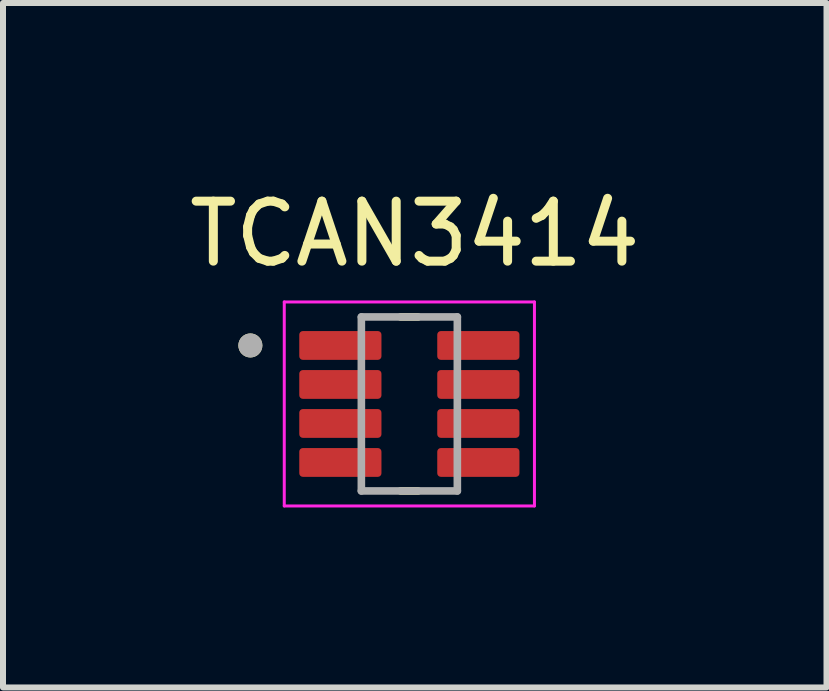
<source format=kicad_pcb>
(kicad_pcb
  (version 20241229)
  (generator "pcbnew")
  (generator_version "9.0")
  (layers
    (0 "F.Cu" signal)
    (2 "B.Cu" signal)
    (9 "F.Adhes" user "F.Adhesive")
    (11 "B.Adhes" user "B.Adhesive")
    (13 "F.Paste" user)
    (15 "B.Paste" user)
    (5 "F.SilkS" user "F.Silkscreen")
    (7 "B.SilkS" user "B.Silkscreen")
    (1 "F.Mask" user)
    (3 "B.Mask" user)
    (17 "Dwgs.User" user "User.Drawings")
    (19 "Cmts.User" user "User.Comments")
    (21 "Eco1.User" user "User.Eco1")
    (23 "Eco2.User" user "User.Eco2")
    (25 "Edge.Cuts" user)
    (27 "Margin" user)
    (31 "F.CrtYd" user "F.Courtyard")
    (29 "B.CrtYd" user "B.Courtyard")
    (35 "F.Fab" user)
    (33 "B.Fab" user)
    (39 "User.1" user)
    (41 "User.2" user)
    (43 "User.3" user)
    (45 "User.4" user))
  (footprint "TCAN3414"
    (layer "F.Cu")
    (at 3.773 3.683)
    (property "Reference" "TCAN3414" (at 0.09 -2.835 0) (layer "F.SilkS") (effects (font (size 1 1) (thickness 0.15))))
    (attr smd)
    (fp_poly (pts (xy -0.52 -0.665) (xy -1.78 -0.665) (xy -1.787 -0.665) (xy -1.793 -0.666) (xy -1.8 -0.667) (xy -1.806 -0.668) (xy -1.812 -0.669) (xy -1.819 -0.671) (xy -1.825 -0.673) (xy -1.831 -0.676) (xy -1.837 -0.679) (xy -1.843 -0.682) (xy -1.848 -0.685) (xy -1.853 -0.689) (xy -1.859 -0.693) (xy -1.864 -0.697) (xy -1.868 -0.702) (xy -1.873 -0.706) (xy -1.877 -0.711) (xy -1.881 -0.717) (xy -1.885 -0.722) (xy -1.888 -0.728) (xy -1.891 -0.733) (xy -1.894 -0.739) (xy -1.897 -0.745) (xy -1.899 -0.751) (xy -1.901 -0.758) (xy -1.902 -0.764) (xy -1.903 -0.77) (xy -1.904 -0.777) (xy -1.905 -0.783) (xy -1.905 -0.79) (xy -1.905 -1.16) (xy -1.905 -1.167) (xy -1.904 -1.173) (xy -1.903 -1.18) (xy -1.902 -1.186) (xy -1.901 -1.192) (xy -1.899 -1.199) (xy -1.897 -1.205) (xy -1.894 -1.211) (xy -1.891 -1.217) (xy -1.888 -1.222) (xy -1.885 -1.228) (xy -1.881 -1.233) (xy -1.877 -1.239) (xy -1.873 -1.244) (xy -1.868 -1.248) (xy -1.864 -1.253) (xy -1.859 -1.257) (xy -1.853 -1.261) (xy -1.848 -1.265) (xy -1.843 -1.268) (xy -1.837 -1.271) (xy -1.831 -1.274) (xy -1.825 -1.277) (xy -1.819 -1.279) (xy -1.812 -1.281) (xy -1.806 -1.282) (xy -1.8 -1.283) (xy -1.793 -1.284) (xy -1.787 -1.285) (xy -1.78 -1.285) (xy -0.52 -1.285) (xy -0.513 -1.285) (xy -0.507 -1.284) (xy -0.5 -1.283) (xy -0.494 -1.282) (xy -0.488 -1.281) (xy -0.481 -1.279) (xy -0.475 -1.277) (xy -0.469 -1.274) (xy -0.463 -1.271) (xy -0.458 -1.268) (xy -0.452 -1.265) (xy -0.447 -1.261) (xy -0.441 -1.257) (xy -0.436 -1.253) (xy -0.432 -1.248) (xy -0.427 -1.244) (xy -0.423 -1.239) (xy -0.419 -1.233) (xy -0.415 -1.228) (xy -0.412 -1.222) (xy -0.409 -1.217) (xy -0.406 -1.211) (xy -0.403 -1.205) (xy -0.401 -1.199) (xy -0.399 -1.192) (xy -0.398 -1.186) (xy -0.397 -1.18) (xy -0.396 -1.173) (xy -0.395 -1.167) (xy -0.395 -1.16) (xy -0.395 -0.79) (xy -0.395 -0.783) (xy -0.396 -0.777) (xy -0.397 -0.77) (xy -0.398 -0.764) (xy -0.399 -0.758) (xy -0.401 -0.751) (xy -0.403 -0.745) (xy -0.406 -0.739) (xy -0.409 -0.733) (xy -0.412 -0.728) (xy -0.415 -0.722) (xy -0.419 -0.717) (xy -0.423 -0.711) (xy -0.427 -0.706) (xy -0.432 -0.702) (xy -0.436 -0.697) (xy -0.441 -0.693) (xy -0.447 -0.689) (xy -0.452 -0.685) (xy -0.458 -0.682) (xy -0.463 -0.679) (xy -0.469 -0.676) (xy -0.475 -0.673) (xy -0.481 -0.671) (xy -0.488 -0.669) (xy -0.494 -0.668) (xy -0.5 -0.667) (xy -0.507 -0.666) (xy -0.513 -0.665) (xy -0.52 -0.665)) (stroke (width 0.01) (type solid)) (fill yes) (layer "F.Mask"))
    (fp_poly (pts (xy -0.52 -0.015) (xy -1.78 -0.015) (xy -1.787 -0.015) (xy -1.793 -0.016) (xy -1.8 -0.017) (xy -1.806 -0.018) (xy -1.812 -0.019) (xy -1.819 -0.021) (xy -1.825 -0.023) (xy -1.831 -0.026) (xy -1.837 -0.029) (xy -1.843 -0.032) (xy -1.848 -0.035) (xy -1.853 -0.039) (xy -1.859 -0.043) (xy -1.864 -0.047) (xy -1.868 -0.052) (xy -1.873 -0.056) (xy -1.877 -0.061) (xy -1.881 -0.067) (xy -1.885 -0.072) (xy -1.888 -0.077) (xy -1.891 -0.083) (xy -1.894 -0.089) (xy -1.897 -0.095) (xy -1.899 -0.101) (xy -1.901 -0.108) (xy -1.902 -0.114) (xy -1.903 -0.12) (xy -1.904 -0.127) (xy -1.905 -0.133) (xy -1.905 -0.14) (xy -1.905 -0.51) (xy -1.905 -0.517) (xy -1.904 -0.523) (xy -1.903 -0.53) (xy -1.902 -0.536) (xy -1.901 -0.542) (xy -1.899 -0.549) (xy -1.897 -0.555) (xy -1.894 -0.561) (xy -1.891 -0.567) (xy -1.888 -0.573) (xy -1.885 -0.578) (xy -1.881 -0.583) (xy -1.877 -0.589) (xy -1.873 -0.594) (xy -1.868 -0.598) (xy -1.864 -0.603) (xy -1.859 -0.607) (xy -1.853 -0.611) (xy -1.848 -0.615) (xy -1.843 -0.618) (xy -1.837 -0.621) (xy -1.831 -0.624) (xy -1.825 -0.627) (xy -1.819 -0.629) (xy -1.812 -0.631) (xy -1.806 -0.632) (xy -1.8 -0.633) (xy -1.793 -0.634) (xy -1.787 -0.635) (xy -1.78 -0.635) (xy -0.52 -0.635) (xy -0.513 -0.635) (xy -0.507 -0.634) (xy -0.5 -0.633) (xy -0.494 -0.632) (xy -0.488 -0.631) (xy -0.481 -0.629) (xy -0.475 -0.627) (xy -0.469 -0.624) (xy -0.463 -0.621) (xy -0.458 -0.618) (xy -0.452 -0.615) (xy -0.447 -0.611) (xy -0.441 -0.607) (xy -0.436 -0.603) (xy -0.432 -0.598) (xy -0.427 -0.594) (xy -0.423 -0.589) (xy -0.419 -0.583) (xy -0.415 -0.578) (xy -0.412 -0.573) (xy -0.409 -0.567) (xy -0.406 -0.561) (xy -0.403 -0.555) (xy -0.401 -0.549) (xy -0.399 -0.542) (xy -0.398 -0.536) (xy -0.397 -0.53) (xy -0.396 -0.523) (xy -0.395 -0.517) (xy -0.395 -0.51) (xy -0.395 -0.14) (xy -0.395 -0.133) (xy -0.396 -0.127) (xy -0.397 -0.12) (xy -0.398 -0.114) (xy -0.399 -0.108) (xy -0.401 -0.101) (xy -0.403 -0.095) (xy -0.406 -0.089) (xy -0.409 -0.083) (xy -0.412 -0.078) (xy -0.415 -0.072) (xy -0.419 -0.067) (xy -0.423 -0.061) (xy -0.427 -0.056) (xy -0.432 -0.052) (xy -0.436 -0.047) (xy -0.441 -0.043) (xy -0.447 -0.039) (xy -0.452 -0.035) (xy -0.458 -0.032) (xy -0.463 -0.029) (xy -0.469 -0.026) (xy -0.475 -0.023) (xy -0.481 -0.021) (xy -0.488 -0.019) (xy -0.494 -0.018) (xy -0.5 -0.017) (xy -0.507 -0.016) (xy -0.513 -0.015) (xy -0.52 -0.015)) (stroke (width 0.01) (type solid)) (fill yes) (layer "F.Mask"))
    (fp_poly (pts (xy -0.52 0.635) (xy -1.78 0.635) (xy -1.787 0.635) (xy -1.793 0.634) (xy -1.8 0.633) (xy -1.806 0.632) (xy -1.812 0.631) (xy -1.819 0.629) (xy -1.825 0.627) (xy -1.831 0.624) (xy -1.837 0.621) (xy -1.843 0.618) (xy -1.848 0.615) (xy -1.853 0.611) (xy -1.859 0.607) (xy -1.864 0.603) (xy -1.868 0.598) (xy -1.873 0.594) (xy -1.877 0.589) (xy -1.881 0.583) (xy -1.885 0.578) (xy -1.888 0.573) (xy -1.891 0.567) (xy -1.894 0.561) (xy -1.897 0.555) (xy -1.899 0.549) (xy -1.901 0.542) (xy -1.902 0.536) (xy -1.903 0.53) (xy -1.904 0.523) (xy -1.905 0.517) (xy -1.905 0.51) (xy -1.905 0.14) (xy -1.905 0.133) (xy -1.904 0.127) (xy -1.903 0.12) (xy -1.902 0.114) (xy -1.901 0.108) (xy -1.899 0.101) (xy -1.897 0.095) (xy -1.894 0.089) (xy -1.891 0.083) (xy -1.888 0.078) (xy -1.885 0.072) (xy -1.881 0.067) (xy -1.877 0.061) (xy -1.873 0.056) (xy -1.868 0.052) (xy -1.864 0.047) (xy -1.859 0.043) (xy -1.853 0.039) (xy -1.848 0.035) (xy -1.843 0.032) (xy -1.837 0.029) (xy -1.831 0.026) (xy -1.825 0.023) (xy -1.819 0.021) (xy -1.812 0.019) (xy -1.806 0.018) (xy -1.8 0.017) (xy -1.793 0.016) (xy -1.787 0.015) (xy -1.78 0.015) (xy -0.52 0.015) (xy -0.513 0.015) (xy -0.507 0.016) (xy -0.5 0.017) (xy -0.494 0.018) (xy -0.488 0.019) (xy -0.481 0.021) (xy -0.475 0.023) (xy -0.469 0.026) (xy -0.463 0.029) (xy -0.458 0.032) (xy -0.452 0.035) (xy -0.447 0.039) (xy -0.441 0.043) (xy -0.436 0.047) (xy -0.432 0.052) (xy -0.427 0.056) (xy -0.423 0.061) (xy -0.419 0.067) (xy -0.415 0.072) (xy -0.412 0.078) (xy -0.409 0.083) (xy -0.406 0.089) (xy -0.403 0.095) (xy -0.401 0.101) (xy -0.399 0.108) (xy -0.398 0.114) (xy -0.397 0.12) (xy -0.396 0.127) (xy -0.395 0.133) (xy -0.395 0.14) (xy -0.395 0.51) (xy -0.395 0.517) (xy -0.396 0.523) (xy -0.397 0.53) (xy -0.398 0.536) (xy -0.399 0.542) (xy -0.401 0.549) (xy -0.403 0.555) (xy -0.406 0.561) (xy -0.409 0.567) (xy -0.412 0.573) (xy -0.415 0.578) (xy -0.419 0.583) (xy -0.423 0.589) (xy -0.427 0.594) (xy -0.432 0.598) (xy -0.436 0.603) (xy -0.441 0.607) (xy -0.447 0.611) (xy -0.452 0.615) (xy -0.458 0.618) (xy -0.463 0.621) (xy -0.469 0.624) (xy -0.475 0.627) (xy -0.481 0.629) (xy -0.488 0.631) (xy -0.494 0.632) (xy -0.5 0.633) (xy -0.507 0.634) (xy -0.513 0.635) (xy -0.52 0.635)) (stroke (width 0.01) (type solid)) (fill yes) (layer "F.Mask"))
    (fp_poly (pts (xy -0.52 1.285) (xy -1.78 1.285) (xy -1.787 1.285) (xy -1.793 1.284) (xy -1.8 1.283) (xy -1.806 1.282) (xy -1.812 1.281) (xy -1.819 1.279) (xy -1.825 1.277) (xy -1.831 1.274) (xy -1.837 1.271) (xy -1.843 1.268) (xy -1.848 1.265) (xy -1.853 1.261) (xy -1.859 1.257) (xy -1.864 1.253) (xy -1.868 1.248) (xy -1.873 1.244) (xy -1.877 1.239) (xy -1.881 1.233) (xy -1.885 1.228) (xy -1.888 1.222) (xy -1.891 1.217) (xy -1.894 1.211) (xy -1.897 1.205) (xy -1.899 1.199) (xy -1.901 1.192) (xy -1.902 1.186) (xy -1.903 1.18) (xy -1.904 1.173) (xy -1.905 1.167) (xy -1.905 1.16) (xy -1.905 0.79) (xy -1.905 0.783) (xy -1.904 0.777) (xy -1.903 0.77) (xy -1.902 0.764) (xy -1.901 0.758) (xy -1.899 0.751) (xy -1.897 0.745) (xy -1.894 0.739) (xy -1.891 0.733) (xy -1.888 0.728) (xy -1.885 0.722) (xy -1.881 0.717) (xy -1.877 0.711) (xy -1.873 0.706) (xy -1.868 0.702) (xy -1.864 0.697) (xy -1.859 0.693) (xy -1.853 0.689) (xy -1.848 0.685) (xy -1.843 0.682) (xy -1.837 0.679) (xy -1.831 0.676) (xy -1.825 0.673) (xy -1.819 0.671) (xy -1.812 0.669) (xy -1.806 0.668) (xy -1.8 0.667) (xy -1.793 0.666) (xy -1.787 0.665) (xy -1.78 0.665) (xy -0.52 0.665) (xy -0.513 0.665) (xy -0.507 0.666) (xy -0.5 0.667) (xy -0.494 0.668) (xy -0.488 0.669) (xy -0.481 0.671) (xy -0.475 0.673) (xy -0.469 0.676) (xy -0.463 0.679) (xy -0.458 0.682) (xy -0.452 0.685) (xy -0.447 0.689) (xy -0.441 0.693) (xy -0.436 0.697) (xy -0.432 0.702) (xy -0.427 0.706) (xy -0.423 0.711) (xy -0.419 0.717) (xy -0.415 0.722) (xy -0.412 0.728) (xy -0.409 0.733) (xy -0.406 0.739) (xy -0.403 0.745) (xy -0.401 0.751) (xy -0.399 0.758) (xy -0.398 0.764) (xy -0.397 0.77) (xy -0.396 0.777) (xy -0.395 0.783) (xy -0.395 0.79) (xy -0.395 1.16) (xy -0.395 1.167) (xy -0.396 1.173) (xy -0.397 1.18) (xy -0.398 1.186) (xy -0.399 1.192) (xy -0.401 1.199) (xy -0.403 1.205) (xy -0.406 1.211) (xy -0.409 1.217) (xy -0.412 1.222) (xy -0.415 1.228) (xy -0.419 1.233) (xy -0.423 1.239) (xy -0.427 1.244) (xy -0.432 1.248) (xy -0.436 1.253) (xy -0.441 1.257) (xy -0.447 1.261) (xy -0.452 1.265) (xy -0.458 1.268) (xy -0.463 1.271) (xy -0.469 1.274) (xy -0.475 1.277) (xy -0.481 1.279) (xy -0.488 1.281) (xy -0.494 1.282) (xy -0.5 1.283) (xy -0.507 1.284) (xy -0.513 1.285) (xy -0.52 1.285)) (stroke (width 0.01) (type solid)) (fill yes) (layer "F.Mask"))
    (fp_poly (pts (xy 1.78 -0.665) (xy 0.52 -0.665) (xy 0.513 -0.665) (xy 0.507 -0.666) (xy 0.5 -0.667) (xy 0.494 -0.668) (xy 0.488 -0.669) (xy 0.481 -0.671) (xy 0.475 -0.673) (xy 0.469 -0.676) (xy 0.463 -0.679) (xy 0.457 -0.682) (xy 0.452 -0.685) (xy 0.447 -0.689) (xy 0.441 -0.693) (xy 0.436 -0.697) (xy 0.432 -0.702) (xy 0.427 -0.706) (xy 0.423 -0.711) (xy 0.419 -0.717) (xy 0.415 -0.722) (xy 0.412 -0.728) (xy 0.409 -0.733) (xy 0.406 -0.739) (xy 0.403 -0.745) (xy 0.401 -0.751) (xy 0.399 -0.758) (xy 0.398 -0.764) (xy 0.397 -0.77) (xy 0.396 -0.777) (xy 0.395 -0.783) (xy 0.395 -0.79) (xy 0.395 -1.16) (xy 0.395 -1.167) (xy 0.396 -1.173) (xy 0.397 -1.18) (xy 0.398 -1.186) (xy 0.399 -1.192) (xy 0.401 -1.199) (xy 0.403 -1.205) (xy 0.406 -1.211) (xy 0.409 -1.217) (xy 0.412 -1.222) (xy 0.415 -1.228) (xy 0.419 -1.233) (xy 0.423 -1.239) (xy 0.427 -1.244) (xy 0.432 -1.248) (xy 0.436 -1.253) (xy 0.441 -1.257) (xy 0.447 -1.261) (xy 0.452 -1.265) (xy 0.458 -1.268) (xy 0.463 -1.271) (xy 0.469 -1.274) (xy 0.475 -1.277) (xy 0.481 -1.279) (xy 0.488 -1.281) (xy 0.494 -1.282) (xy 0.5 -1.283) (xy 0.507 -1.284) (xy 0.513 -1.285) (xy 0.52 -1.285) (xy 1.78 -1.285) (xy 1.787 -1.285) (xy 1.793 -1.284) (xy 1.8 -1.283) (xy 1.806 -1.282) (xy 1.812 -1.281) (xy 1.819 -1.279) (xy 1.825 -1.277) (xy 1.831 -1.274) (xy 1.837 -1.271) (xy 1.843 -1.268) (xy 1.848 -1.265) (xy 1.853 -1.261) (xy 1.859 -1.257) (xy 1.864 -1.253) (xy 1.868 -1.248) (xy 1.873 -1.244) (xy 1.877 -1.239) (xy 1.881 -1.233) (xy 1.885 -1.228) (xy 1.888 -1.222) (xy 1.891 -1.217) (xy 1.894 -1.211) (xy 1.897 -1.205) (xy 1.899 -1.199) (xy 1.901 -1.192) (xy 1.902 -1.186) (xy 1.903 -1.18) (xy 1.904 -1.173) (xy 1.905 -1.167) (xy 1.905 -1.16) (xy 1.905 -0.79) (xy 1.905 -0.783) (xy 1.904 -0.777) (xy 1.903 -0.77) (xy 1.902 -0.764) (xy 1.901 -0.758) (xy 1.899 -0.751) (xy 1.897 -0.745) (xy 1.894 -0.739) (xy 1.891 -0.733) (xy 1.888 -0.728) (xy 1.885 -0.722) (xy 1.881 -0.717) (xy 1.877 -0.711) (xy 1.873 -0.706) (xy 1.868 -0.702) (xy 1.864 -0.697) (xy 1.859 -0.693) (xy 1.853 -0.689) (xy 1.848 -0.685) (xy 1.843 -0.682) (xy 1.837 -0.679) (xy 1.831 -0.676) (xy 1.825 -0.673) (xy 1.819 -0.671) (xy 1.812 -0.669) (xy 1.806 -0.668) (xy 1.8 -0.667) (xy 1.793 -0.666) (xy 1.787 -0.665) (xy 1.78 -0.665)) (stroke (width 0.01) (type solid)) (fill yes) (layer "F.Mask"))
    (fp_poly (pts (xy 1.78 -0.015) (xy 0.52 -0.015) (xy 0.513 -0.015) (xy 0.507 -0.016) (xy 0.5 -0.017) (xy 0.494 -0.018) (xy 0.488 -0.019) (xy 0.481 -0.021) (xy 0.475 -0.023) (xy 0.469 -0.026) (xy 0.463 -0.029) (xy 0.457 -0.032) (xy 0.452 -0.035) (xy 0.447 -0.039) (xy 0.441 -0.043) (xy 0.436 -0.047) (xy 0.432 -0.052) (xy 0.427 -0.056) (xy 0.423 -0.061) (xy 0.419 -0.067) (xy 0.415 -0.072) (xy 0.412 -0.077) (xy 0.409 -0.083) (xy 0.406 -0.089) (xy 0.403 -0.095) (xy 0.401 -0.101) (xy 0.399 -0.108) (xy 0.398 -0.114) (xy 0.397 -0.12) (xy 0.396 -0.127) (xy 0.395 -0.133) (xy 0.395 -0.14) (xy 0.395 -0.51) (xy 0.395 -0.517) (xy 0.396 -0.523) (xy 0.397 -0.53) (xy 0.398 -0.536) (xy 0.399 -0.542) (xy 0.401 -0.549) (xy 0.403 -0.555) (xy 0.406 -0.561) (xy 0.409 -0.567) (xy 0.412 -0.573) (xy 0.415 -0.578) (xy 0.419 -0.583) (xy 0.423 -0.589) (xy 0.427 -0.594) (xy 0.432 -0.598) (xy 0.436 -0.603) (xy 0.441 -0.607) (xy 0.447 -0.611) (xy 0.452 -0.615) (xy 0.458 -0.618) (xy 0.463 -0.621) (xy 0.469 -0.624) (xy 0.475 -0.627) (xy 0.481 -0.629) (xy 0.488 -0.631) (xy 0.494 -0.632) (xy 0.5 -0.633) (xy 0.507 -0.634) (xy 0.513 -0.635) (xy 0.52 -0.635) (xy 1.78 -0.635) (xy 1.787 -0.635) (xy 1.793 -0.634) (xy 1.8 -0.633) (xy 1.806 -0.632) (xy 1.812 -0.631) (xy 1.819 -0.629) (xy 1.825 -0.627) (xy 1.831 -0.624) (xy 1.837 -0.621) (xy 1.843 -0.618) (xy 1.848 -0.615) (xy 1.853 -0.611) (xy 1.859 -0.607) (xy 1.864 -0.603) (xy 1.868 -0.598) (xy 1.873 -0.594) (xy 1.877 -0.589) (xy 1.881 -0.583) (xy 1.885 -0.578) (xy 1.888 -0.573) (xy 1.891 -0.567) (xy 1.894 -0.561) (xy 1.897 -0.555) (xy 1.899 -0.549) (xy 1.901 -0.542) (xy 1.902 -0.536) (xy 1.903 -0.53) (xy 1.904 -0.523) (xy 1.905 -0.517) (xy 1.905 -0.51) (xy 1.905 -0.14) (xy 1.905 -0.133) (xy 1.904 -0.127) (xy 1.903 -0.12) (xy 1.902 -0.114) (xy 1.901 -0.108) (xy 1.899 -0.101) (xy 1.897 -0.095) (xy 1.894 -0.089) (xy 1.891 -0.083) (xy 1.888 -0.078) (xy 1.885 -0.072) (xy 1.881 -0.067) (xy 1.877 -0.061) (xy 1.873 -0.056) (xy 1.868 -0.052) (xy 1.864 -0.047) (xy 1.859 -0.043) (xy 1.853 -0.039) (xy 1.848 -0.035) (xy 1.843 -0.032) (xy 1.837 -0.029) (xy 1.831 -0.026) (xy 1.825 -0.023) (xy 1.819 -0.021) (xy 1.812 -0.019) (xy 1.806 -0.018) (xy 1.8 -0.017) (xy 1.793 -0.016) (xy 1.787 -0.015) (xy 1.78 -0.015)) (stroke (width 0.01) (type solid)) (fill yes) (layer "F.Mask"))
    (fp_poly (pts (xy 1.78 0.635) (xy 0.52 0.635) (xy 0.513 0.635) (xy 0.507 0.634) (xy 0.5 0.633) (xy 0.494 0.632) (xy 0.488 0.631) (xy 0.481 0.629) (xy 0.475 0.627) (xy 0.469 0.624) (xy 0.463 0.621) (xy 0.457 0.618) (xy 0.452 0.615) (xy 0.447 0.611) (xy 0.441 0.607) (xy 0.436 0.603) (xy 0.432 0.598) (xy 0.427 0.594) (xy 0.423 0.589) (xy 0.419 0.583) (xy 0.415 0.578) (xy 0.412 0.573) (xy 0.409 0.567) (xy 0.406 0.561) (xy 0.403 0.555) (xy 0.401 0.549) (xy 0.399 0.542) (xy 0.398 0.536) (xy 0.397 0.53) (xy 0.396 0.523) (xy 0.395 0.517) (xy 0.395 0.51) (xy 0.395 0.14) (xy 0.395 0.133) (xy 0.396 0.127) (xy 0.397 0.12) (xy 0.398 0.114) (xy 0.399 0.108) (xy 0.401 0.101) (xy 0.403 0.095) (xy 0.406 0.089) (xy 0.409 0.083) (xy 0.412 0.078) (xy 0.415 0.072) (xy 0.419 0.067) (xy 0.423 0.061) (xy 0.427 0.056) (xy 0.432 0.052) (xy 0.436 0.047) (xy 0.441 0.043) (xy 0.447 0.039) (xy 0.452 0.035) (xy 0.458 0.032) (xy 0.463 0.029) (xy 0.469 0.026) (xy 0.475 0.023) (xy 0.481 0.021) (xy 0.488 0.019) (xy 0.494 0.018) (xy 0.5 0.017) (xy 0.507 0.016) (xy 0.513 0.015) (xy 0.52 0.015) (xy 1.78 0.015) (xy 1.787 0.015) (xy 1.793 0.016) (xy 1.8 0.017) (xy 1.806 0.018) (xy 1.812 0.019) (xy 1.819 0.021) (xy 1.825 0.023) (xy 1.831 0.026) (xy 1.837 0.029) (xy 1.843 0.032) (xy 1.848 0.035) (xy 1.853 0.039) (xy 1.859 0.043) (xy 1.864 0.047) (xy 1.868 0.052) (xy 1.873 0.056) (xy 1.877 0.061) (xy 1.881 0.067) (xy 1.885 0.072) (xy 1.888 0.078) (xy 1.891 0.083) (xy 1.894 0.089) (xy 1.897 0.095) (xy 1.899 0.101) (xy 1.901 0.108) (xy 1.902 0.114) (xy 1.903 0.12) (xy 1.904 0.127) (xy 1.905 0.133) (xy 1.905 0.14) (xy 1.905 0.51) (xy 1.905 0.517) (xy 1.904 0.523) (xy 1.903 0.53) (xy 1.902 0.536) (xy 1.901 0.542) (xy 1.899 0.549) (xy 1.897 0.555) (xy 1.894 0.561) (xy 1.891 0.567) (xy 1.888 0.573) (xy 1.885 0.578) (xy 1.881 0.583) (xy 1.877 0.589) (xy 1.873 0.594) (xy 1.868 0.598) (xy 1.864 0.603) (xy 1.859 0.607) (xy 1.853 0.611) (xy 1.848 0.615) (xy 1.843 0.618) (xy 1.837 0.621) (xy 1.831 0.624) (xy 1.825 0.627) (xy 1.819 0.629) (xy 1.812 0.631) (xy 1.806 0.632) (xy 1.8 0.633) (xy 1.793 0.634) (xy 1.787 0.635) (xy 1.78 0.635)) (stroke (width 0.01) (type solid)) (fill yes) (layer "F.Mask"))
    (fp_poly (pts (xy 1.78 1.285) (xy 0.52 1.285) (xy 0.513 1.285) (xy 0.507 1.284) (xy 0.5 1.283) (xy 0.494 1.282) (xy 0.488 1.281) (xy 0.481 1.279) (xy 0.475 1.277) (xy 0.469 1.274) (xy 0.463 1.271) (xy 0.457 1.268) (xy 0.452 1.265) (xy 0.447 1.261) (xy 0.441 1.257) (xy 0.436 1.253) (xy 0.432 1.248) (xy 0.427 1.244) (xy 0.423 1.239) (xy 0.419 1.233) (xy 0.415 1.228) (xy 0.412 1.222) (xy 0.409 1.217) (xy 0.406 1.211) (xy 0.403 1.205) (xy 0.401 1.199) (xy 0.399 1.192) (xy 0.398 1.186) (xy 0.397 1.18) (xy 0.396 1.173) (xy 0.395 1.167) (xy 0.395 1.16) (xy 0.395 0.79) (xy 0.395 0.783) (xy 0.396 0.777) (xy 0.397 0.77) (xy 0.398 0.764) (xy 0.399 0.758) (xy 0.401 0.751) (xy 0.403 0.745) (xy 0.406 0.739) (xy 0.409 0.733) (xy 0.412 0.728) (xy 0.415 0.722) (xy 0.419 0.717) (xy 0.423 0.711) (xy 0.427 0.706) (xy 0.432 0.702) (xy 0.436 0.697) (xy 0.441 0.693) (xy 0.447 0.689) (xy 0.452 0.685) (xy 0.458 0.682) (xy 0.463 0.679) (xy 0.469 0.676) (xy 0.475 0.673) (xy 0.481 0.671) (xy 0.488 0.669) (xy 0.494 0.668) (xy 0.5 0.667) (xy 0.507 0.666) (xy 0.513 0.665) (xy 0.52 0.665) (xy 1.78 0.665) (xy 1.787 0.665) (xy 1.793 0.666) (xy 1.8 0.667) (xy 1.806 0.668) (xy 1.812 0.669) (xy 1.819 0.671) (xy 1.825 0.673) (xy 1.831 0.676) (xy 1.837 0.679) (xy 1.843 0.682) (xy 1.848 0.685) (xy 1.853 0.689) (xy 1.859 0.693) (xy 1.864 0.697) (xy 1.868 0.702) (xy 1.873 0.706) (xy 1.877 0.711) (xy 1.881 0.717) (xy 1.885 0.722) (xy 1.888 0.728) (xy 1.891 0.733) (xy 1.894 0.739) (xy 1.897 0.745) (xy 1.899 0.751) (xy 1.901 0.758) (xy 1.902 0.764) (xy 1.903 0.77) (xy 1.904 0.777) (xy 1.905 0.783) (xy 1.905 0.79) (xy 1.905 1.16) (xy 1.905 1.167) (xy 1.904 1.173) (xy 1.903 1.18) (xy 1.902 1.186) (xy 1.901 1.192) (xy 1.899 1.199) (xy 1.897 1.205) (xy 1.894 1.211) (xy 1.891 1.217) (xy 1.888 1.222) (xy 1.885 1.228) (xy 1.881 1.233) (xy 1.877 1.239) (xy 1.873 1.244) (xy 1.868 1.248) (xy 1.864 1.253) (xy 1.859 1.257) (xy 1.853 1.261) (xy 1.848 1.265) (xy 1.843 1.268) (xy 1.837 1.271) (xy 1.831 1.274) (xy 1.825 1.277) (xy 1.819 1.279) (xy 1.812 1.281) (xy 1.806 1.282) (xy 1.8 1.283) (xy 1.793 1.284) (xy 1.787 1.285) (xy 1.78 1.285)) (stroke (width 0.01) (type solid)) (fill yes) (layer "F.Mask"))
    (fp_line (start -0.145 -1.45) (end 0.145 -1.45) (stroke (width 0.127) (type solid)) (layer "F.SilkS"))
    (fp_line (start -0.145 1.45) (end 0.145 1.45) (stroke (width 0.127) (type solid)) (layer "F.SilkS"))
    (fp_circle (center -2.65 -0.975) (end -2.55 -0.975) (stroke (width 0.2) (type solid)) (fill no) (layer "F.SilkS"))
    (fp_line (start -2.085 -1.7) (end -2.085 1.7) (stroke (width 0.05) (type solid)) (layer "F.CrtYd"))
    (fp_line (start -2.085 1.7) (end 2.085 1.7) (stroke (width 0.05) (type solid)) (layer "F.CrtYd"))
    (fp_line (start 2.085 -1.7) (end -2.085 -1.7) (stroke (width 0.05) (type solid)) (layer "F.CrtYd"))
    (fp_line (start 2.085 1.7) (end 2.085 -1.7) (stroke (width 0.05) (type solid)) (layer "F.CrtYd"))
    (fp_line (start -0.8 -1.45) (end 0.8 -1.45) (stroke (width 0.127) (type solid)) (layer "F.Fab"))
    (fp_line (start -0.8 1.45) (end -0.8 -1.45) (stroke (width 0.127) (type solid)) (layer "F.Fab"))
    (fp_line (start 0.8 -1.45) (end 0.8 1.45) (stroke (width 0.127) (type solid)) (layer "F.Fab"))
    (fp_line (start 0.8 1.45) (end -0.8 1.45) (stroke (width 0.127) (type solid)) (layer "F.Fab"))
    (fp_circle (center -2.65 -0.975) (end -2.55 -0.975) (stroke (width 0.2) (type solid)) (fill no) (layer "F.Fab"))
    (pad "1" smd roundrect (at -1.15 -0.975) (size 1.37 0.48) (layers "F.Cu" "F.Paste") (roundrect_rratio 0.125))
    (pad "2" smd roundrect (at -1.15 -0.325) (size 1.37 0.48) (layers "F.Cu" "F.Paste") (roundrect_rratio 0.125))
    (pad "3" smd roundrect (at -1.15 0.325) (size 1.37 0.48) (layers "F.Cu" "F.Paste") (roundrect_rratio 0.125))
    (pad "4" smd roundrect (at -1.15 0.975) (size 1.37 0.48) (layers "F.Cu" "F.Paste") (roundrect_rratio 0.125))
    (pad "5" smd roundrect (at 1.15 0.975) (size 1.37 0.48) (layers "F.Cu" "F.Paste") (roundrect_rratio 0.125))
    (pad "6" smd roundrect (at 1.15 0.325) (size 1.37 0.48) (layers "F.Cu" "F.Paste") (roundrect_rratio 0.125))
    (pad "7" smd roundrect (at 1.15 -0.325) (size 1.37 0.48) (layers "F.Cu" "F.Paste") (roundrect_rratio 0.125))
    (pad "8" smd roundrect (at 1.15 -0.975) (size 1.37 0.48) (layers "F.Cu" "F.Paste") (roundrect_rratio 0.125)))
  (gr_rect
    (start -3 -3)
    (end 10.726 8.408)
    (stroke (width 0.1) (type default))
    (fill no)
    (layer "Edge.Cuts")))
</source>
